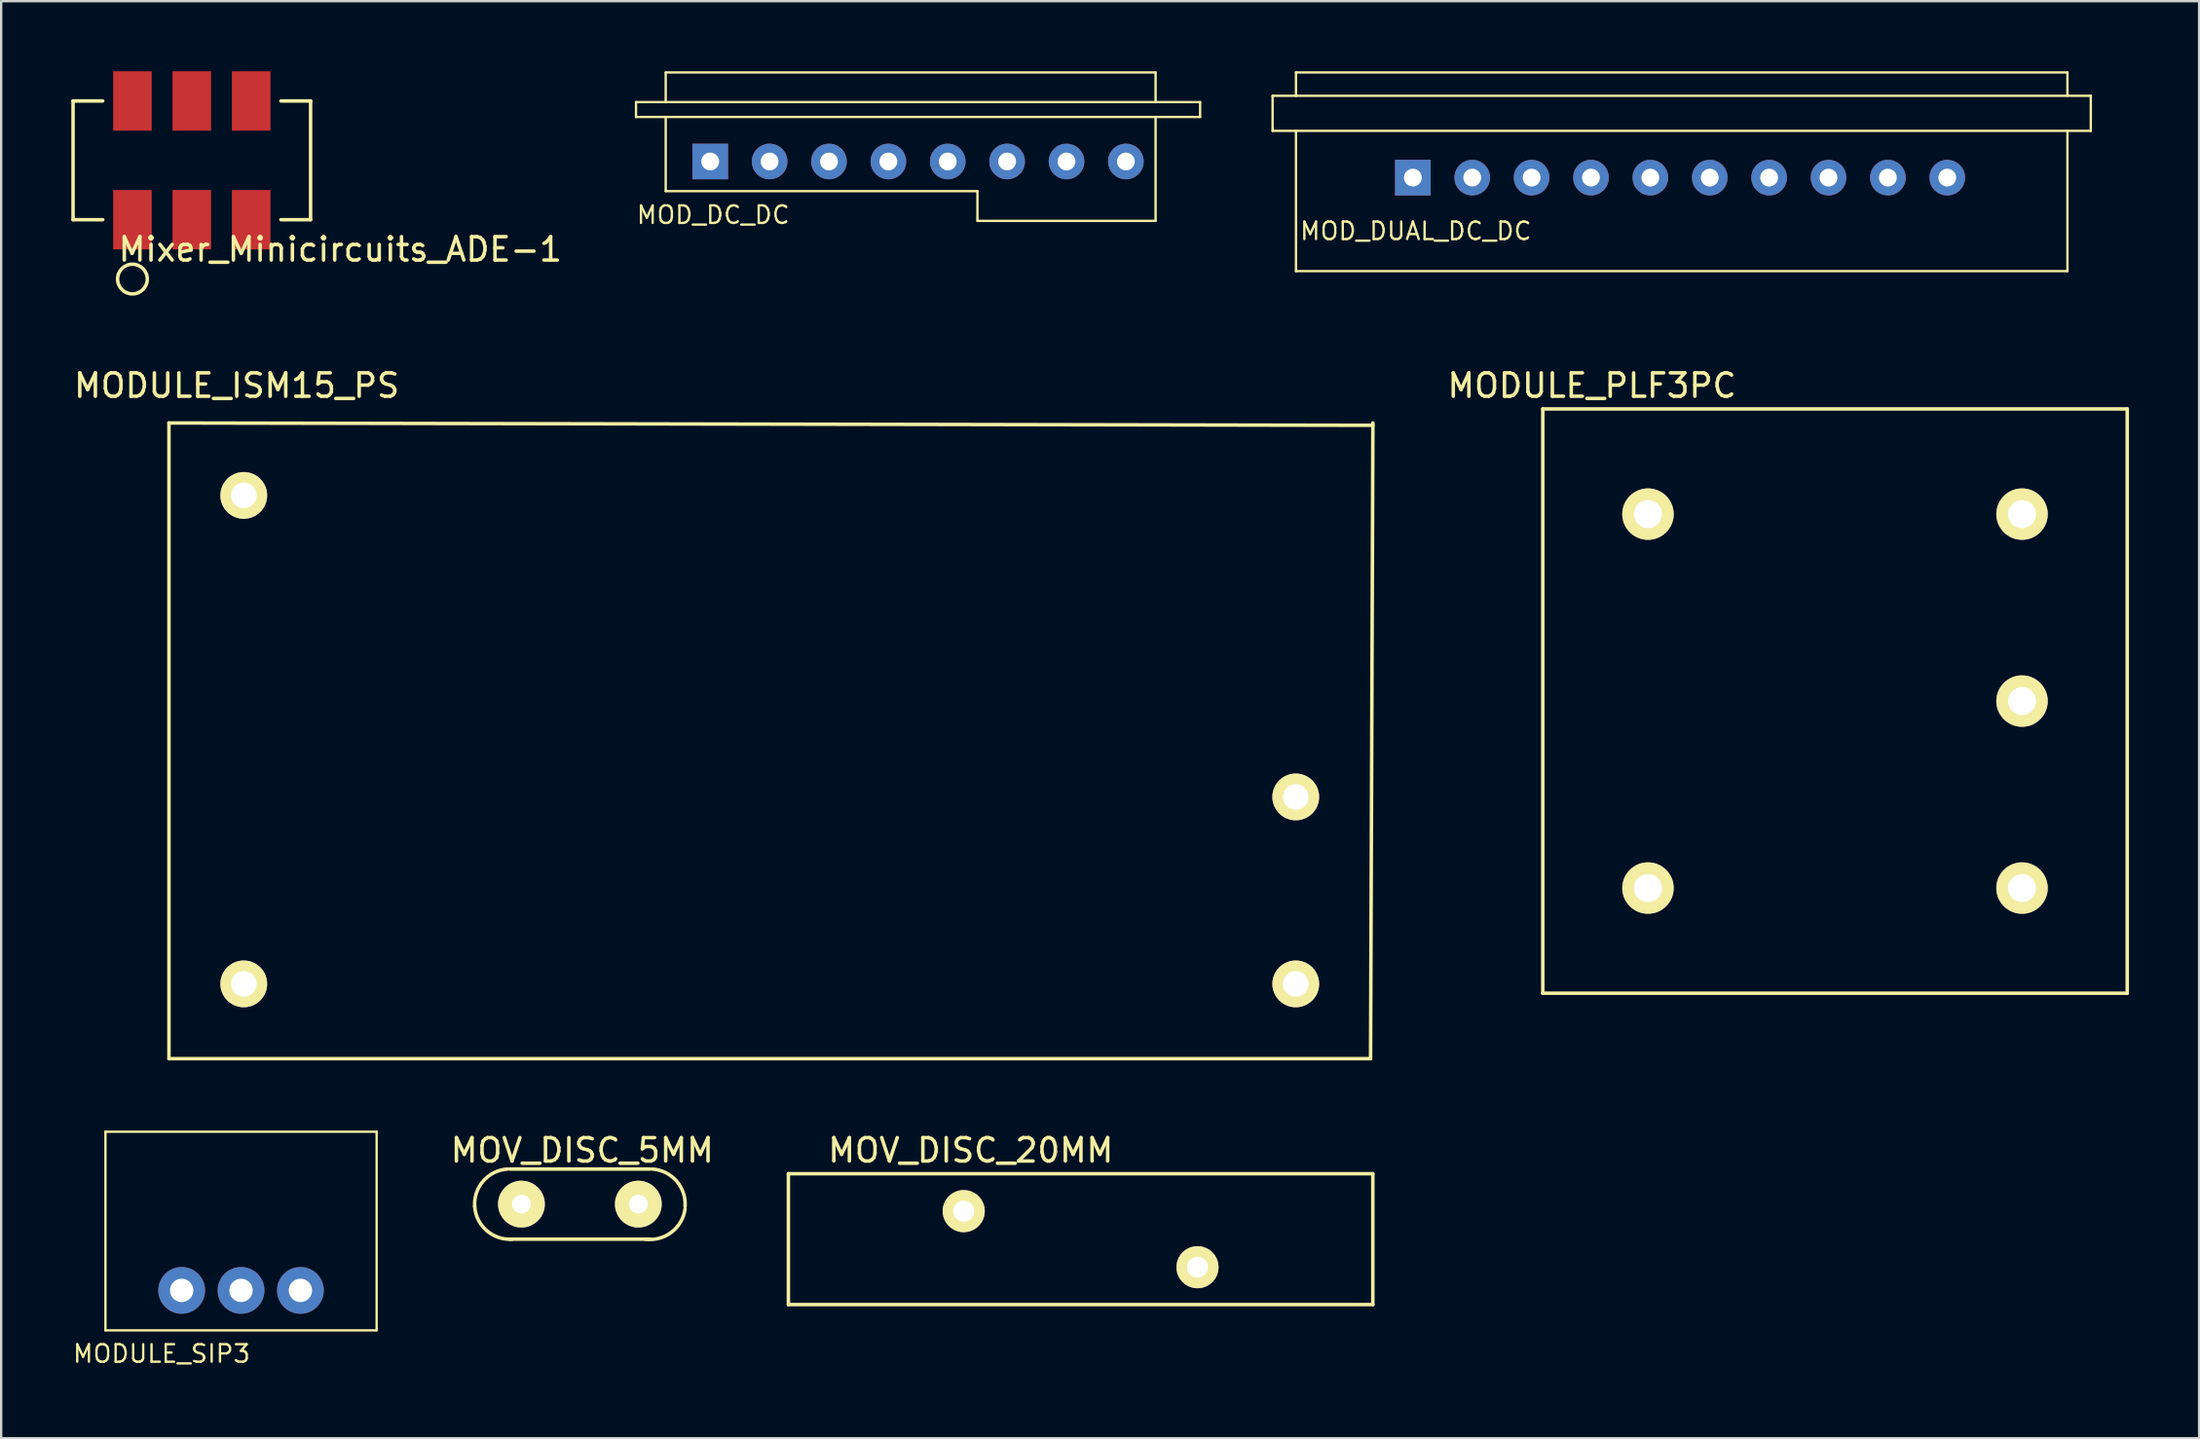
<source format=kicad_pcb>
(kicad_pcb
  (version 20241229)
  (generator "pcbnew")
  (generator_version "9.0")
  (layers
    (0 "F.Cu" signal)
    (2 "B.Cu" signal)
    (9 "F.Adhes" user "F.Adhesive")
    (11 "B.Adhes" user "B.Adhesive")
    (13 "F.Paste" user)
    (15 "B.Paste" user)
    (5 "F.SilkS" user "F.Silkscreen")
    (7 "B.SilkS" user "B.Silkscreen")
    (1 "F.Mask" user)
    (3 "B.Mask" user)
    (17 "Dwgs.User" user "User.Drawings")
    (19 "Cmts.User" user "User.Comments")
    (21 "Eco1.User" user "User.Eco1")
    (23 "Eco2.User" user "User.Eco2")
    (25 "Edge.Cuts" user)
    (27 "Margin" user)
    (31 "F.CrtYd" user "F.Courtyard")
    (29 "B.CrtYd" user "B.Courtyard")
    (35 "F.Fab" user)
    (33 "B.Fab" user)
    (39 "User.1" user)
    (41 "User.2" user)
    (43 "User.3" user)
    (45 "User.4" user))
  (footprint "MODULE_SIP3"
    (layer "F.Cu")
    (at 7.261 49.623)
    (property "Reference" "MODULE_SIP3" (at -3.4 5.25 0) (layer "F.SilkS") (effects (font (size 0.75 0.75) (thickness 0.1))))
    (attr through_hole)
    (fp_line (start -5.8 -4.25) (end -5.8 4.25) (stroke (width 0.1) (type solid)) (layer "F.SilkS"))
    (fp_line (start -5.8 4.25) (end 5.8 4.25) (stroke (width 0.1) (type solid)) (layer "F.SilkS"))
    (fp_line (start 5.8 -4.25) (end -5.8 -4.25) (stroke (width 0.1) (type solid)) (layer "F.SilkS"))
    (fp_line (start 5.8 4.25) (end 5.8 -4.25) (stroke (width 0.1) (type solid)) (layer "F.SilkS"))
    (pad "1" thru_hole circle (at -2.54 2.54) (size 2 2) (drill 1) (layers "*.Cu" "*.Mask"))
    (pad "2" thru_hole circle (at 0 2.54) (size 2 2) (drill 1) (layers "*.Cu" "*.Mask"))
    (pad "3" thru_hole circle (at 2.54 2.54) (size 2 2) (drill 1) (layers "*.Cu" "*.Mask")))
  (footprint "MOV_DISC_5MM"
    (layer "F.Cu")
    (at 21.755 48.471)
    (property "Reference" "MOV_DISC_5MM" (at 0.1 -2.3 0) (layer "F.SilkS") (effects (font (size 1 1) (thickness 0.15))))
    (attr through_hole)
    (fp_line (start -3 1.5) (end 3 1.5) (stroke (width 0.15) (type solid)) (layer "F.SilkS"))
    (fp_line (start 3 -1.5) (end -3 -1.5) (stroke (width 0.15) (type solid)) (layer "F.SilkS"))
    (fp_arc (start -4.5 0.1) (mid -4.131371 -0.989949) (end -3.1 -1.5) (stroke (width 0.15) (type solid)) (layer "F.SilkS"))
    (fp_arc (start -2.9 1.5) (mid -3.989949 1.131371) (end -4.5 0.1) (stroke (width 0.15) (type solid)) (layer "F.SilkS"))
    (fp_arc (start 3.1 -1.5) (mid 4.131371 -0.989949) (end 4.5 0.1) (stroke (width 0.15) (type solid)) (layer "F.SilkS"))
    (fp_arc (start 4.5 0.2) (mid 3.919239 1.202082) (end 2.8 1.5) (stroke (width 0.15) (type solid)) (layer "F.SilkS"))
    (pad "1" thru_hole circle (at -2.5 0) (size 2 2) (drill 0.8) (layers "*.Cu" "*.Mask" "F.SilkS"))
    (pad "2" thru_hole circle (at 2.5 0) (size 2 2) (drill 0.8) (layers "*.Cu" "*.Mask" "F.SilkS")))
  (footprint "MODULE_PLF3PC"
    (layer "F.Cu")
    (at 67.444 18.948)
    (property "Reference" "MODULE_PLF3PC" (at -2.4 -5.5 0) (layer "F.SilkS") (effects (font (size 1 1) (thickness 0.15))))
    (attr through_hole)
    (fp_line (start -4.5 -4.5) (end -4.5 20.5) (stroke (width 0.15) (type solid)) (layer "F.SilkS"))
    (fp_line (start -4.5 20.5) (end 20.5 20.5) (stroke (width 0.15) (type solid)) (layer "F.SilkS"))
    (fp_line (start 20.5 -4.5) (end -4.5 -4.5) (stroke (width 0.15) (type solid)) (layer "F.SilkS"))
    (fp_line (start 20.5 20.5) (end 20.5 -4.5) (stroke (width 0.15) (type solid)) (layer "F.SilkS"))
    (pad "1" thru_hole circle (at 0 0) (size 2.2 2.2) (drill 1.2) (layers "*.Cu" "*.Mask" "F.SilkS"))
    (pad "2" thru_hole circle (at 0 16) (size 2.2 2.2) (drill 1.2) (layers "*.Cu" "*.Mask" "F.SilkS"))
    (pad "3" thru_hole circle (at 16 16) (size 2.2 2.2) (drill 1.2) (layers "*.Cu" "*.Mask" "F.SilkS"))
    (pad "4" thru_hole circle (at 16 8) (size 2.2 2.2) (drill 1.2) (layers "*.Cu" "*.Mask" "F.SilkS"))
    (pad "5" thru_hole circle (at 16 0) (size 2.2 2.2) (drill 1.2) (layers "*.Cu" "*.Mask" "F.SilkS")))
  (footprint "MOD_DC_DC"
    (layer "F.Cu")
    (at 27.331 3.86)
    (property "Reference" "MOD_DC_DC" (at 0.127 2.286 0) (layer "F.SilkS") (effects (font (size 0.75 0.75) (thickness 0.1))))
    (attr through_hole)
    (fp_line (start -3.175 -2.54) (end -3.175 -1.905) (stroke (width 0.1) (type solid)) (layer "F.SilkS"))
    (fp_line (start -3.175 -1.905) (end 20.955 -1.905) (stroke (width 0.1) (type solid)) (layer "F.SilkS"))
    (fp_line (start -1.905 -3.81) (end 19.05 -3.81) (stroke (width 0.1) (type solid)) (layer "F.SilkS"))
    (fp_line (start -1.905 -2.54) (end -1.905 -3.81) (stroke (width 0.1) (type solid)) (layer "F.SilkS"))
    (fp_line (start -1.905 1.27) (end -1.905 -1.905) (stroke (width 0.1) (type solid)) (layer "F.SilkS"))
    (fp_line (start 11.43 1.27) (end -1.905 1.27) (stroke (width 0.1) (type solid)) (layer "F.SilkS"))
    (fp_line (start 11.43 2.54) (end 11.43 1.27) (stroke (width 0.1) (type solid)) (layer "F.SilkS"))
    (fp_line (start 19.05 -3.81) (end 19.05 -2.54) (stroke (width 0.1) (type solid)) (layer "F.SilkS"))
    (fp_line (start 19.05 -1.905) (end 19.05 2.54) (stroke (width 0.1) (type solid)) (layer "F.SilkS"))
    (fp_line (start 19.05 2.54) (end 11.43 2.54) (stroke (width 0.1) (type solid)) (layer "F.SilkS"))
    (fp_line (start 20.955 -2.54) (end -3.175 -2.54) (stroke (width 0.1) (type solid)) (layer "F.SilkS"))
    (fp_line (start 20.955 -1.905) (end 20.955 -2.54) (stroke (width 0.1) (type solid)) (layer "F.SilkS"))
    (pad "1" thru_hole rect (at 0 0) (size 1.524 1.524) (drill 0.762) (layers "*.Cu" "*.Mask"))
    (pad "2" thru_hole circle (at 2.54 0) (size 1.524 1.524) (drill 0.762) (layers "*.Cu" "*.Mask"))
    (pad "3" thru_hole circle (at 5.08 0) (size 1.524 1.524) (drill 0.762) (layers "*.Cu" "*.Mask"))
    (pad "4" thru_hole circle (at 7.62 0) (size 1.524 1.524) (drill 0.762) (layers "*.Cu" "*.Mask"))
    (pad "5" thru_hole circle (at 10.16 0) (size 1.524 1.524) (drill 0.762) (layers "*.Cu" "*.Mask"))
    (pad "6" thru_hole circle (at 12.7 0) (size 1.524 1.524) (drill 0.762) (layers "*.Cu" "*.Mask"))
    (pad "7" thru_hole circle (at 15.24 0) (size 1.524 1.524) (drill 0.762) (layers "*.Cu" "*.Mask"))
    (pad "8" thru_hole circle (at 17.78 0) (size 1.524 1.524) (drill 0.762) (layers "*.Cu" "*.Mask")))
  (footprint "MODULE_ISM15_PS"
    (layer "F.Cu")
    (at 7.377 18.248)
    (property "Reference" "MODULE_ISM15_PS" (at -0.3 -4.8 0) (layer "F.SilkS") (effects (font (size 1 1) (thickness 0.15))))
    (attr through_hole)
    (fp_line (start -3.2 -3.2) (end -3.2 24) (stroke (width 0.15) (type solid)) (layer "F.SilkS"))
    (fp_line (start -3.2 -3.2) (end 48.3 -3.1) (stroke (width 0.15) (type solid)) (layer "F.SilkS"))
    (fp_line (start -3.2 24) (end 48.2 24) (stroke (width 0.15) (type solid)) (layer "F.SilkS"))
    (fp_line (start 48.2 24) (end 48.3 -3.2) (stroke (width 0.15) (type solid)) (layer "F.SilkS"))
    (pad "1" thru_hole circle (at 0 20.8) (size 2 2) (drill 1.1) (layers "*.Cu" "*.Mask" "F.SilkS"))
    (pad "2" thru_hole circle (at 0 -0.1) (size 2 2) (drill 1.1) (layers "*.Cu" "*.Mask" "F.SilkS"))
    (pad "3" thru_hole circle (at 45 20.8) (size 2 2) (drill 1.1) (layers "*.Cu" "*.Mask" "F.SilkS"))
    (pad "4" thru_hole circle (at 45 12.8) (size 2 2) (drill 1.1) (layers "*.Cu" "*.Mask" "F.SilkS")))
  (footprint "MOV_DISC_20MM"
    (layer "F.Cu")
    (at 43.174 49.971)
    (property "Reference" "MOV_DISC_20MM" (at -4.7 -3.8 0) (layer "F.SilkS") (effects (font (size 1 1) (thickness 0.15))))
    (attr through_hole)
    (fp_line (start -12.5 -2.8) (end 12.5 -2.8) (stroke (width 0.15) (type solid)) (layer "F.SilkS"))
    (fp_line (start -12.5 2.8) (end -12.5 -2.8) (stroke (width 0.15) (type solid)) (layer "F.SilkS"))
    (fp_line (start 12.5 -2.8) (end 12.5 2.8) (stroke (width 0.15) (type solid)) (layer "F.SilkS"))
    (fp_line (start 12.5 2.8) (end -12.5 2.8) (stroke (width 0.15) (type solid)) (layer "F.SilkS"))
    (pad "1" thru_hole circle (at -5 -1.2) (size 1.8 1.8) (drill 0.9) (layers "*.Cu" "*.Mask" "F.SilkS"))
    (pad "2" thru_hole circle (at 5 1.2) (size 1.8 1.8) (drill 0.9) (layers "*.Cu" "*.Mask" "F.SilkS")))
  (footprint "MOD_DUAL_DC_DC"
    (layer "F.Cu")
    (at 57.386 4.55)
    (property "Reference" "MOD_DUAL_DC_DC" (at 0.127 2.286 0) (layer "F.SilkS") (effects (font (size 0.75 0.75) (thickness 0.1))))
    (attr through_hole)
    (fp_line (start -6 -3.5) (end -6 -2) (stroke (width 0.1) (type solid)) (layer "F.SilkS"))
    (fp_line (start -6 -2) (end 29 -2) (stroke (width 0.1) (type solid)) (layer "F.SilkS"))
    (fp_line (start -5 -4.5) (end -5 -3.5) (stroke (width 0.1) (type solid)) (layer "F.SilkS"))
    (fp_line (start -5 -2) (end -5 4) (stroke (width 0.1) (type solid)) (layer "F.SilkS"))
    (fp_line (start -5 4) (end 28 4) (stroke (width 0.1) (type solid)) (layer "F.SilkS"))
    (fp_line (start 28 -4.5) (end -5 -4.5) (stroke (width 0.1) (type solid)) (layer "F.SilkS"))
    (fp_line (start 28 -3.5) (end 28 -4.5) (stroke (width 0.1) (type solid)) (layer "F.SilkS"))
    (fp_line (start 28 4) (end 28 -2) (stroke (width 0.1) (type solid)) (layer "F.SilkS"))
    (fp_line (start 29 -3.5) (end -6 -3.5) (stroke (width 0.1) (type solid)) (layer "F.SilkS"))
    (fp_line (start 29 -2) (end 29 -3.5) (stroke (width 0.1) (type solid)) (layer "F.SilkS"))
    (pad "1" thru_hole rect (at 0 0) (size 1.524 1.524) (drill 0.762) (layers "*.Cu" "*.Mask"))
    (pad "2" thru_hole circle (at 2.54 0) (size 1.524 1.524) (drill 0.762) (layers "*.Cu" "*.Mask"))
    (pad "3" thru_hole circle (at 5.08 0) (size 1.524 1.524) (drill 0.762) (layers "*.Cu" "*.Mask"))
    (pad "4" thru_hole circle (at 7.62 0) (size 1.524 1.524) (drill 0.762) (layers "*.Cu" "*.Mask"))
    (pad "5" thru_hole circle (at 10.16 0) (size 1.524 1.524) (drill 0.762) (layers "*.Cu" "*.Mask"))
    (pad "6" thru_hole circle (at 12.7 0) (size 1.524 1.524) (drill 0.762) (layers "*.Cu" "*.Mask"))
    (pad "7" thru_hole circle (at 15.24 0) (size 1.524 1.524) (drill 0.762) (layers "*.Cu" "*.Mask"))
    (pad "8" thru_hole circle (at 17.78 0) (size 1.524 1.524) (drill 0.762) (layers "*.Cu" "*.Mask"))
    (pad "9" thru_hole circle (at 20.32 0) (size 1.524 1.524) (drill 0.762) (layers "*.Cu" "*.Mask"))
    (pad "10" thru_hole circle (at 22.86 0) (size 1.524 1.524) (drill 0.762) (layers "*.Cu" "*.Mask")))
  (footprint "Mixer_Minicircuits_ADE-1"
    (layer "F.Cu")
    (at 2.615 1.27)
    (property "Reference" "Mixer_Minicircuits_ADE-1" (at 8.89 6.35 0) (layer "F.SilkS") (effects (font (size 1 1) (thickness 0.15))))
    (attr through_hole)
    (fp_line (start -2.54 0) (end -2.54 5.08) (stroke (width 0.15) (type solid)) (layer "F.SilkS"))
    (fp_line (start -2.54 5.08) (end -1.27 5.08) (stroke (width 0.15) (type solid)) (layer "F.SilkS"))
    (fp_line (start -1.27 0) (end -2.54 0) (stroke (width 0.15) (type solid)) (layer "F.SilkS"))
    (fp_line (start 6.35 0) (end 7.62 0) (stroke (width 0.15) (type solid)) (layer "F.SilkS"))
    (fp_line (start 7.62 0) (end 7.62 5.08) (stroke (width 0.15) (type solid)) (layer "F.SilkS"))
    (fp_line (start 7.62 5.08) (end 6.35 5.08) (stroke (width 0.15) (type solid)) (layer "F.SilkS"))
    (fp_circle (center 0 7.62) (end 0 8.255) (stroke (width 0.15) (type solid)) (fill no) (layer "F.SilkS"))
    (pad "1" smd rect (at 0 5.08) (size 1.65 2.54) (layers "F.Cu" "F.Mask" "F.Paste"))
    (pad "2" smd rect (at 2.54 5.08) (size 1.65 2.54) (layers "F.Cu" "F.Mask" "F.Paste"))
    (pad "3" smd rect (at 5.08 5.08) (size 1.65 2.54) (layers "F.Cu" "F.Mask" "F.Paste"))
    (pad "4" smd rect (at 5.08 0) (size 1.65 2.54) (layers "F.Cu" "F.Mask" "F.Paste"))
    (pad "5" smd rect (at 2.54 0) (size 1.65 2.54) (layers "F.Cu" "F.Mask" "F.Paste"))
    (pad "6" smd rect (at 0 0) (size 1.65 2.54) (layers "F.Cu" "F.Mask" "F.Paste")))
  (gr_rect
    (start -3 -3)
    (end 91.019 58.487)
    (stroke (width 0.1) (type default))
    (fill no)
    (layer "Edge.Cuts")))
</source>
